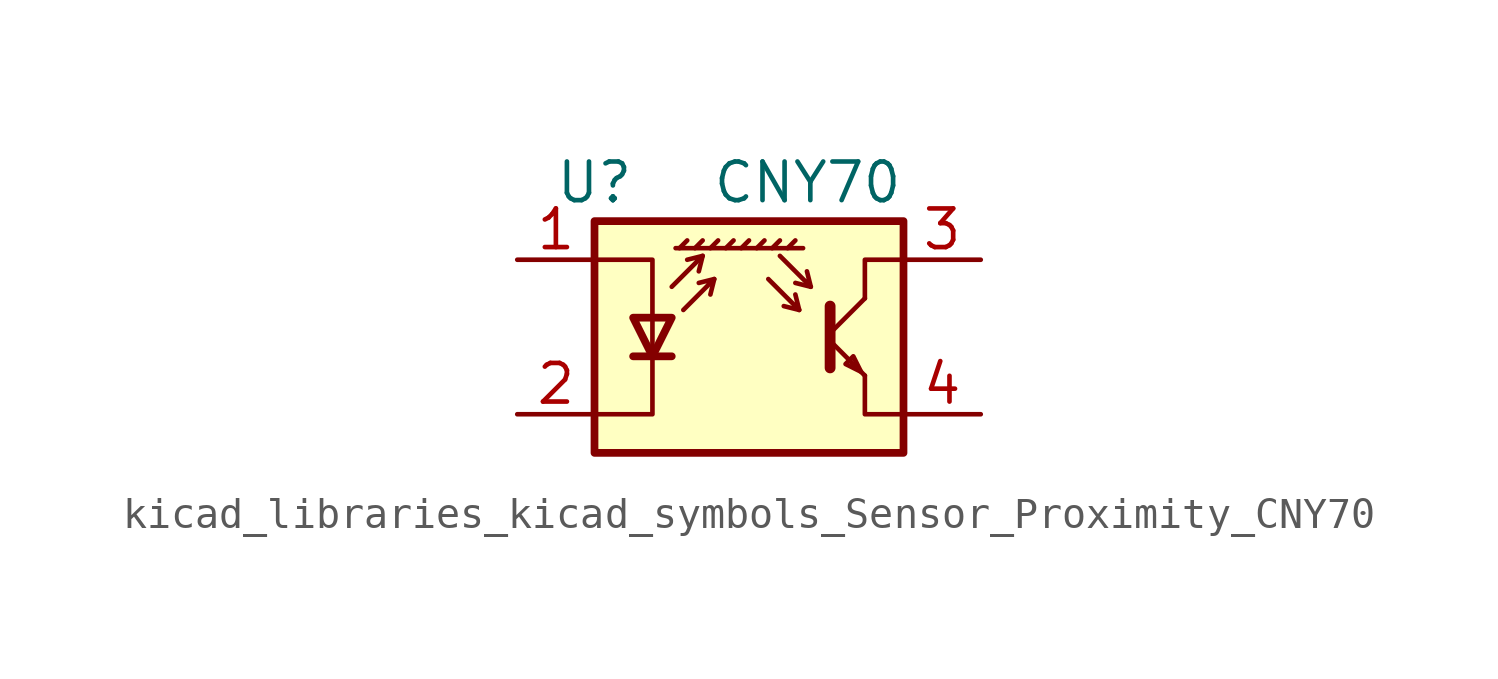
<source format=kicad_sym>
(kicad_symbol_lib
  (version 20220914)
  (generator kicad_symbol_editor)
  (symbol "kicad_libraries_kicad_symbols_Sensor_Proximity_CNY70"
    (pin_names
      (offset 1.016) hide)
    (property "Reference" "U"
      (at -5.08 5.08 0)
      (effects (font (size 1.27 1.27))))
    (property "Value" "CNY70"
      (at 5.08 5.08 0)
      (effects (font (size 1.27 1.27)) (justify right)))
    (symbol "kicad_libraries_kicad_symbols_Sensor_Proximity_CNY70_0_1"
      (polyline (pts (xy -3.81 -0.635) (xy -2.54 -0.635)) (stroke (width 0.254) (type default)) (fill (type none)))
      (polyline (pts (xy -2.286 2.921) (xy -2.032 3.175)) (stroke (width 0) (type default)) (fill (type none)))
      (polyline (pts (xy -1.778 2.921) (xy -1.524 3.175)) (stroke (width 0) (type default)) (fill (type none)))
      (polyline (pts (xy -1.524 2.667) (xy -1.651 2.159)) (stroke (width 0) (type default)) (fill (type none)))
      (polyline (pts (xy -1.27 2.921) (xy -1.016 3.175)) (stroke (width 0) (type default)) (fill (type none)))
      (polyline (pts (xy -1.143 1.905) (xy -1.27 1.397)) (stroke (width 0) (type default)) (fill (type none)))
      (polyline (pts (xy -0.762 2.921) (xy -0.508 3.175)) (stroke (width 0) (type default)) (fill (type none)))
      (polyline (pts (xy -0.254 2.921) (xy 0 3.175)) (stroke (width 0) (type default)) (fill (type none)))
      (polyline (pts (xy 0.254 2.921) (xy 0.508 3.175)) (stroke (width 0) (type default)) (fill (type none)))
      (polyline (pts (xy 0.762 2.921) (xy 1.016 3.175)) (stroke (width 0) (type default)) (fill (type none)))
      (polyline (pts (xy 1.27 2.921) (xy 1.524 3.175)) (stroke (width 0) (type default)) (fill (type none)))
      (polyline (pts (xy 1.651 0.889) (xy 1.143 1.016)) (stroke (width 0) (type default)) (fill (type none)))
      (polyline (pts (xy 1.778 2.921) (xy -2.413 2.921)) (stroke (width 0) (type default)) (fill (type none)))
      (polyline (pts (xy 2.032 1.651) (xy 1.524 1.778)) (stroke (width 0) (type default)) (fill (type none)))
      (polyline (pts (xy 2.667 -0.127) (xy 3.81 -1.27)) (stroke (width 0) (type default)) (fill (type none)))
      (polyline (pts (xy 2.667 0.127) (xy 3.81 1.27)) (stroke (width 0) (type default)) (fill (type none)))
      (polyline (pts (xy -2.54 1.651) (xy -1.524 2.667) (xy -2.032 2.54)) (stroke (width 0) (type default)) (fill (type none)))
      (polyline (pts (xy -2.159 0.889) (xy -1.143 1.905) (xy -1.651 1.778)) (stroke (width 0) (type default)) (fill (type none)))
      (polyline (pts (xy 0.635 1.905) (xy 1.651 0.889) (xy 1.524 1.397)) (stroke (width 0) (type default)) (fill (type none)))
      (polyline (pts (xy 1.016 2.667) (xy 2.032 1.651) (xy 1.905 2.159)) (stroke (width 0) (type default)) (fill (type none)))
      (polyline (pts (xy 2.667 1.016) (xy 2.667 -1.016) (xy 2.667 -1.016)) (stroke (width 0.356) (type default)) (fill (type none)))
      (polyline (pts (xy 3.81 -1.27) (xy 3.81 -2.54) (xy 5.08 -2.54)) (stroke (width 0) (type default)) (fill (type none)))
      (polyline (pts (xy 3.81 1.27) (xy 3.81 2.54) (xy 5.08 2.54)) (stroke (width 0) (type default)) (fill (type none)))
      (polyline (pts (xy -5.08 -2.54) (xy -3.175 -2.54) (xy -3.175 2.54) (xy -5.08 2.54)) (stroke (width 0) (type default)) (fill (type none)))
      (polyline (pts (xy -3.175 -0.635) (xy -3.81 0.635) (xy -2.54 0.635) (xy -3.175 -0.635)) (stroke (width 0.254) (type default)) (fill (type none)))
      (polyline (pts (xy 3.683 -1.143) (xy 3.429 -0.635) (xy 3.175 -0.889) (xy 3.683 -1.143)) (stroke (width 0) (type default)) (fill (type none)))
      (polyline (pts (xy -5.08 -3.81) (xy 5.08 -3.81) (xy 5.08 3.81) (xy -5.08 3.81) (xy -5.08 -3.81)) (stroke (width 0.254) (type default)) (fill (type background))))
    (symbol "kicad_libraries_kicad_symbols_Sensor_Proximity_CNY70_1_1"
      (pin passive line (at -7.62 2.54 0) (length 2.54) (name "A" (effects (font (size 1.27 1.27)))) (number "1" (effects (font (size 1.27 1.27)))))
      (pin passive line (at -7.62 -2.54 0) (length 2.54) (name "K" (effects (font (size 1.27 1.27)))) (number "2" (effects (font (size 1.27 1.27)))))
      (pin open_collector line (at 7.62 2.54 180) (length 2.54) (name "C" (effects (font (size 1.27 1.27)))) (number "3" (effects (font (size 1.27 1.27)))))
      (pin open_emitter line (at 7.62 -2.54 180) (length 2.54) (name "E" (effects (font (size 1.27 1.27)))) (number "4" (effects (font (size 1.27 1.27))))))))
</source>
